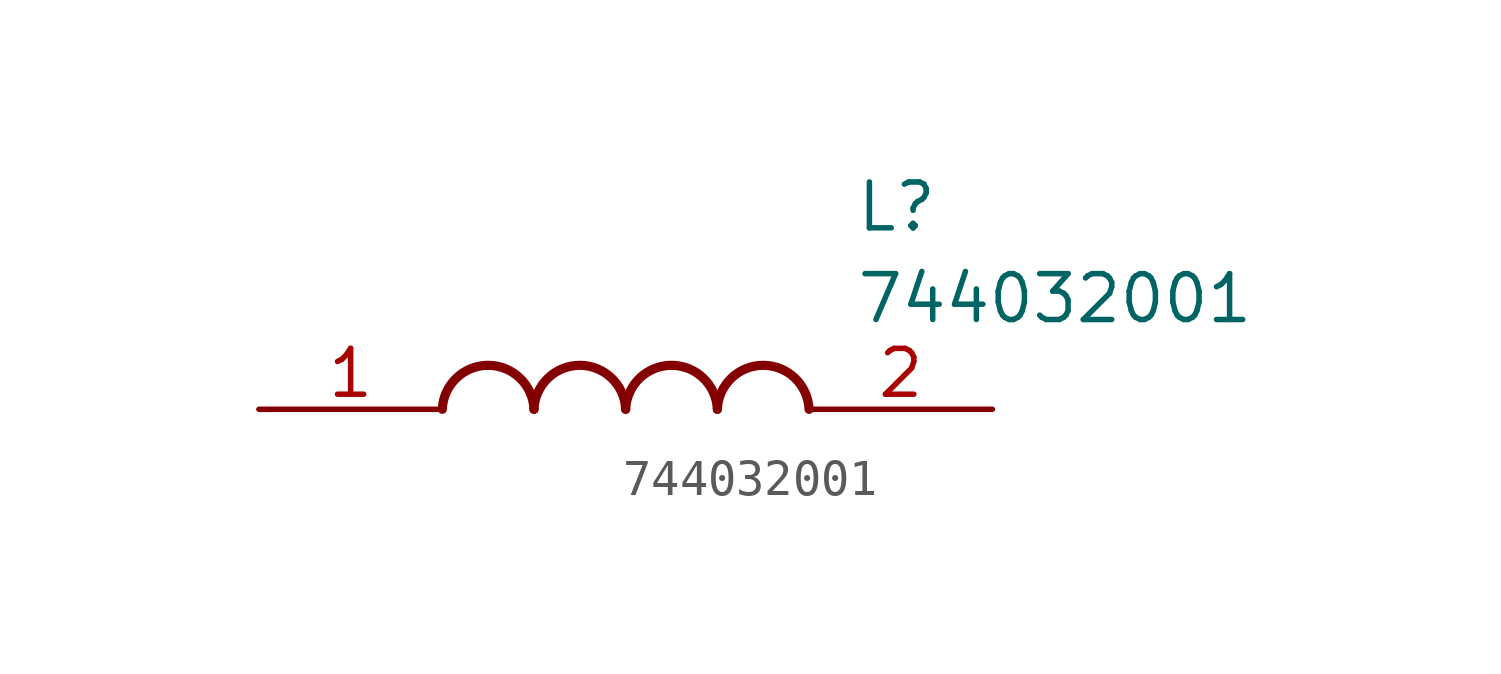
<source format=kicad_sym>
(kicad_symbol_lib
  (version 20211014)
  (generator SamacSys_ECAD_Model)
  (symbol "744032001"
    (pin_names hide)
    (property "Reference" "L"
      (at 16.51 6.35 0)
      (effects (font (size 1.27 1.27)) (justify left top)))
    (property "Value" "744032001"
      (at 16.51 3.81 0)
      (effects (font (size 1.27 1.27)) (justify left top)))
    (arc
      (start 7.62 0)
      (mid 6.35 1.219)
      (end 5.08 0)
      (stroke (width 0.254) (type default))
      (fill (type none)))
    (arc
      (start 10.16 0)
      (mid 8.89 1.219)
      (end 7.62 0)
      (stroke (width 0.254) (type default))
      (fill (type none)))
    (arc
      (start 12.7 0)
      (mid 11.43 1.219)
      (end 10.16 0)
      (stroke (width 0.254) (type default))
      (fill (type none)))
    (arc
      (start 15.24 0)
      (mid 13.97 1.219)
      (end 12.7 0)
      (stroke (width 0.254) (type default))
      (fill (type none)))
    (pin passive line
      (at 0 0 0)
      (length 5.08)
      (name "1" (effects (font (size 1.27 1.27))))
      (number "1" (effects (font (size 1.27 1.27)))))
    (pin passive line
      (at 20.32 0 180)
      (length 5.08)
      (name "2" (effects (font (size 1.27 1.27))))
      (number "2" (effects (font (size 1.27 1.27)))))))
</source>
